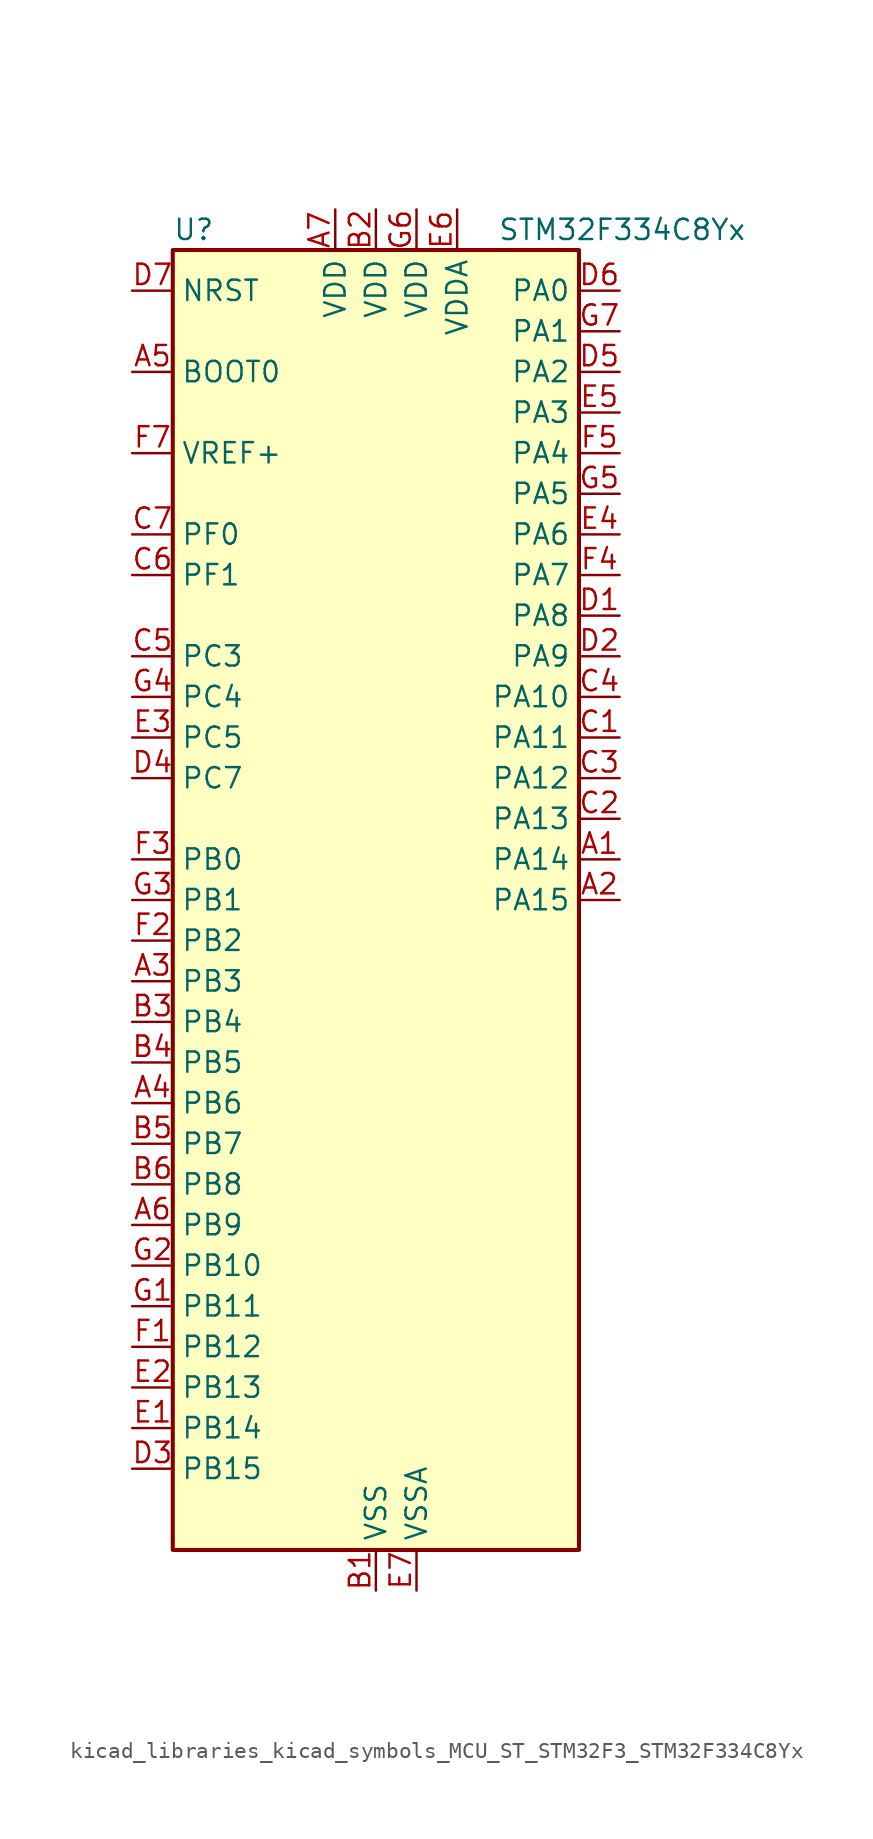
<source format=kicad_sym>
(kicad_symbol_lib
  (version 20220914)
  (generator kicad_symbol_editor)
  (symbol "kicad_libraries_kicad_symbols_MCU_ST_STM32F3_STM32F334C8Yx"
    (property "Reference" "U"
      (at -12.7 41.91 0)
      (effects (font (size 1.27 1.27)) (justify left)))
    (property "Value" "STM32F334C8Yx"
      (at 7.62 41.91 0)
      (effects (font (size 1.27 1.27)) (justify left)))
    (property "ki_locked" ""
      (at 0 0 0)
      (effects (font (size 1.27 1.27))))
    (symbol "kicad_libraries_kicad_symbols_MCU_ST_STM32F3_STM32F334C8Yx_0_1"
      (rectangle (start -12.7 -40.64) (end 12.7 40.64) (stroke (width 0.254) (type default)) (fill (type background))))
    (symbol "kicad_libraries_kicad_symbols_MCU_ST_STM32F3_STM32F334C8Yx_1_1"
      (pin bidirectional line (at 15.24 2.54 180) (length 2.54) (name "PA14" (effects (font (size 1.27 1.27)))) (number "A1" (effects (font (size 1.27 1.27)))) (alternate "I2C1_SDA" bidirectional line) (alternate "SYS_JTCK-SWCLK" bidirectional line) (alternate "TIM1_BKIN" bidirectional line) (alternate "TSC_G4_IO4" bidirectional line) (alternate "USART2_TX" bidirectional line))
      (pin bidirectional line (at 15.24 0 180) (length 2.54) (name "PA15" (effects (font (size 1.27 1.27)))) (number "A2" (effects (font (size 1.27 1.27)))) (alternate "ADC1_EXTI15" bidirectional line) (alternate "ADC2_EXTI15" bidirectional line) (alternate "HRTIM1_FLT2" bidirectional line) (alternate "I2C1_SCL" bidirectional line) (alternate "SPI1_NSS" bidirectional line) (alternate "SYS_JTDI" bidirectional line) (alternate "TIM1_BKIN" bidirectional line) (alternate "TIM2_CH1" bidirectional line) (alternate "TIM2_ETR" bidirectional line) (alternate "TSC_SYNC" bidirectional line) (alternate "USART2_RX" bidirectional line))
      (pin bidirectional line (at -15.24 -5.08 0) (length 2.54) (name "PB3" (effects (font (size 1.27 1.27)))) (number "A3" (effects (font (size 1.27 1.27)))) (alternate "HRTIM1_EEV9" bidirectional line) (alternate "HRTIM1_SCOUT" bidirectional line) (alternate "SPI1_SCK" bidirectional line) (alternate "SYS_JTDO-TRACESWO" bidirectional line) (alternate "TIM2_CH2" bidirectional line) (alternate "TIM3_ETR" bidirectional line) (alternate "TSC_G5_IO1" bidirectional line) (alternate "USART2_TX" bidirectional line))
      (pin bidirectional line (at -15.24 -12.7 0) (length 2.54) (name "PB6" (effects (font (size 1.27 1.27)))) (number "A4" (effects (font (size 1.27 1.27)))) (alternate "HRTIM1_EEV4" bidirectional line) (alternate "HRTIM1_SCIN" bidirectional line) (alternate "I2C1_SCL" bidirectional line) (alternate "TIM16_CH1N" bidirectional line) (alternate "TSC_G5_IO3" bidirectional line) (alternate "USART1_TX" bidirectional line))
      (pin input line (at -15.24 33.02 0) (length 2.54) (name "BOOT0" (effects (font (size 1.27 1.27)))) (number "A5" (effects (font (size 1.27 1.27)))))
      (pin bidirectional line (at -15.24 -20.32 0) (length 2.54) (name "PB9" (effects (font (size 1.27 1.27)))) (number "A6" (effects (font (size 1.27 1.27)))) (alternate "CAN_TX" bidirectional line) (alternate "COMP2_OUT" bidirectional line) (alternate "DAC1_EXTI9" bidirectional line) (alternate "DAC2_EXTI9" bidirectional line) (alternate "HRTIM1_EEV5" bidirectional line) (alternate "I2C1_SDA" bidirectional line) (alternate "IR_OUT" bidirectional line) (alternate "TIM17_CH1" bidirectional line) (alternate "USART3_TX" bidirectional line))
      (pin power_in line (at -2.54 43.18 270) (length 2.54) (name "VDD" (effects (font (size 1.27 1.27)))) (number "A7" (effects (font (size 1.27 1.27)))))
      (pin power_in line (at 0 -43.18 90) (length 2.54) (name "VSS" (effects (font (size 1.27 1.27)))) (number "B1" (effects (font (size 1.27 1.27)))))
      (pin power_in line (at 0 43.18 270) (length 2.54) (name "VDD" (effects (font (size 1.27 1.27)))) (number "B2" (effects (font (size 1.27 1.27)))))
      (pin bidirectional line (at -15.24 -7.62 0) (length 2.54) (name "PB4" (effects (font (size 1.27 1.27)))) (number "B3" (effects (font (size 1.27 1.27)))) (alternate "HRTIM1_EEV7" bidirectional line) (alternate "SPI1_MISO" bidirectional line) (alternate "SYS_NJTRST" bidirectional line) (alternate "TIM16_CH1" bidirectional line) (alternate "TIM17_BKIN" bidirectional line) (alternate "TIM3_CH1" bidirectional line) (alternate "TSC_G5_IO2" bidirectional line) (alternate "USART2_RX" bidirectional line))
      (pin bidirectional line (at -15.24 -10.16 0) (length 2.54) (name "PB5" (effects (font (size 1.27 1.27)))) (number "B4" (effects (font (size 1.27 1.27)))) (alternate "HRTIM1_EEV6" bidirectional line) (alternate "I2C1_SMBA" bidirectional line) (alternate "SPI1_MOSI" bidirectional line) (alternate "TIM16_BKIN" bidirectional line) (alternate "TIM17_CH1" bidirectional line) (alternate "TIM3_CH2" bidirectional line) (alternate "USART2_CK" bidirectional line))
      (pin bidirectional line (at -15.24 -15.24 0) (length 2.54) (name "PB7" (effects (font (size 1.27 1.27)))) (number "B5" (effects (font (size 1.27 1.27)))) (alternate "HRTIM1_EEV3" bidirectional line) (alternate "I2C1_SDA" bidirectional line) (alternate "TIM17_CH1N" bidirectional line) (alternate "TIM3_CH4" bidirectional line) (alternate "TSC_G5_IO4" bidirectional line) (alternate "USART1_RX" bidirectional line))
      (pin bidirectional line (at -15.24 -17.78 0) (length 2.54) (name "PB8" (effects (font (size 1.27 1.27)))) (number "B6" (effects (font (size 1.27 1.27)))) (alternate "CAN_RX" bidirectional line) (alternate "HRTIM1_EEV8" bidirectional line) (alternate "I2C1_SCL" bidirectional line) (alternate "TIM16_CH1" bidirectional line) (alternate "TIM1_BKIN" bidirectional line) (alternate "TSC_SYNC" bidirectional line) (alternate "USART3_RX" bidirectional line))
      (pin passive line (at 0 -43.18 90) (length 2.54) hide (name "VSS" (effects (font (size 1.27 1.27)))) (number "B7" (effects (font (size 1.27 1.27)))))
      (pin bidirectional line (at 15.24 10.16 180) (length 2.54) (name "PA11" (effects (font (size 1.27 1.27)))) (number "C1" (effects (font (size 1.27 1.27)))) (alternate "ADC1_EXTI11" bidirectional line) (alternate "ADC2_EXTI11" bidirectional line) (alternate "CAN_RX" bidirectional line) (alternate "HRTIM1_CHB2" bidirectional line) (alternate "TIM1_BKIN2" bidirectional line) (alternate "TIM1_CH1N" bidirectional line) (alternate "TIM1_CH4" bidirectional line) (alternate "USART1_CTS" bidirectional line))
      (pin bidirectional line (at 15.24 5.08 180) (length 2.54) (name "PA13" (effects (font (size 1.27 1.27)))) (number "C2" (effects (font (size 1.27 1.27)))) (alternate "IR_OUT" bidirectional line) (alternate "SYS_JTMS-SWDIO" bidirectional line) (alternate "TIM16_CH1N" bidirectional line) (alternate "TSC_G4_IO3" bidirectional line) (alternate "USART3_CTS" bidirectional line))
      (pin bidirectional line (at 15.24 7.62 180) (length 2.54) (name "PA12" (effects (font (size 1.27 1.27)))) (number "C3" (effects (font (size 1.27 1.27)))) (alternate "CAN_TX" bidirectional line) (alternate "COMP2_OUT" bidirectional line) (alternate "HRTIM1_FLT1" bidirectional line) (alternate "TIM16_CH1" bidirectional line) (alternate "TIM1_CH2N" bidirectional line) (alternate "TIM1_ETR" bidirectional line) (alternate "USART1_DE" bidirectional line) (alternate "USART1_RTS" bidirectional line))
      (pin bidirectional line (at 15.24 12.7 180) (length 2.54) (name "PA10" (effects (font (size 1.27 1.27)))) (number "C4" (effects (font (size 1.27 1.27)))) (alternate "COMP6_OUT" bidirectional line) (alternate "HRTIM1_CHB1" bidirectional line) (alternate "TIM17_BKIN" bidirectional line) (alternate "TIM1_CH3" bidirectional line) (alternate "TIM2_CH4" bidirectional line) (alternate "TSC_G4_IO2" bidirectional line) (alternate "USART1_RX" bidirectional line))
      (pin bidirectional line (at -15.24 15.24 0) (length 2.54) (name "PC3" (effects (font (size 1.27 1.27)))) (number "C5" (effects (font (size 1.27 1.27)))) (alternate "ADC1_IN9" bidirectional line) (alternate "ADC2_IN9" bidirectional line) (alternate "TIM1_BKIN2" bidirectional line) (alternate "TIM1_CH4" bidirectional line))
      (pin bidirectional line (at -15.24 20.32 0) (length 2.54) (name "PF1" (effects (font (size 1.27 1.27)))) (number "C6" (effects (font (size 1.27 1.27)))) (alternate "RCC_OSC_OUT" bidirectional line))
      (pin bidirectional line (at -15.24 22.86 0) (length 2.54) (name "PF0" (effects (font (size 1.27 1.27)))) (number "C7" (effects (font (size 1.27 1.27)))) (alternate "RCC_OSC_IN" bidirectional line) (alternate "TIM1_CH3N" bidirectional line))
      (pin bidirectional line (at 15.24 17.78 180) (length 2.54) (name "PA8" (effects (font (size 1.27 1.27)))) (number "D1" (effects (font (size 1.27 1.27)))) (alternate "HRTIM1_CHA1" bidirectional line) (alternate "RCC_MCO" bidirectional line) (alternate "TIM1_CH1" bidirectional line) (alternate "USART1_CK" bidirectional line))
      (pin bidirectional line (at 15.24 15.24 180) (length 2.54) (name "PA9" (effects (font (size 1.27 1.27)))) (number "D2" (effects (font (size 1.27 1.27)))) (alternate "DAC1_EXTI9" bidirectional line) (alternate "DAC2_EXTI9" bidirectional line) (alternate "HRTIM1_CHA2" bidirectional line) (alternate "TIM15_BKIN" bidirectional line) (alternate "TIM1_CH2" bidirectional line) (alternate "TIM2_CH3" bidirectional line) (alternate "TSC_G4_IO1" bidirectional line) (alternate "USART1_TX" bidirectional line))
      (pin bidirectional line (at -15.24 -35.56 0) (length 2.54) (name "PB15" (effects (font (size 1.27 1.27)))) (number "D3" (effects (font (size 1.27 1.27)))) (alternate "ADC1_EXTI15" bidirectional line) (alternate "ADC2_EXTI15" bidirectional line) (alternate "ADC2_IN15" bidirectional line) (alternate "COMP6_INM" bidirectional line) (alternate "HRTIM1_CHD2" bidirectional line) (alternate "RTC_REFIN" bidirectional line) (alternate "TIM15_CH1N" bidirectional line) (alternate "TIM15_CH2" bidirectional line) (alternate "TIM1_CH3N" bidirectional line))
      (pin bidirectional line (at -15.24 7.62 0) (length 2.54) (name "PC7" (effects (font (size 1.27 1.27)))) (number "D4" (effects (font (size 1.27 1.27)))) (alternate "HRTIM1_FLT5" bidirectional line) (alternate "TIM3_CH2" bidirectional line))
      (pin bidirectional line (at 15.24 33.02 180) (length 2.54) (name "PA2" (effects (font (size 1.27 1.27)))) (number "D5" (effects (font (size 1.27 1.27)))) (alternate "ADC1_IN3" bidirectional line) (alternate "COMP2_INM" bidirectional line) (alternate "COMP2_OUT" bidirectional line) (alternate "TIM15_CH1" bidirectional line) (alternate "TIM2_CH3" bidirectional line) (alternate "TSC_G1_IO3" bidirectional line) (alternate "USART2_TX" bidirectional line))
      (pin bidirectional line (at 15.24 38.1 180) (length 2.54) (name "PA0" (effects (font (size 1.27 1.27)))) (number "D6" (effects (font (size 1.27 1.27)))) (alternate "ADC1_IN1" bidirectional line) (alternate "RTC_TAMP2" bidirectional line) (alternate "SYS_WKUP1" bidirectional line) (alternate "TIM2_CH1" bidirectional line) (alternate "TIM2_ETR" bidirectional line) (alternate "TSC_G1_IO1" bidirectional line) (alternate "USART2_CTS" bidirectional line))
      (pin input line (at -15.24 38.1 0) (length 2.54) (name "NRST" (effects (font (size 1.27 1.27)))) (number "D7" (effects (font (size 1.27 1.27)))))
      (pin bidirectional line (at -15.24 -33.02 0) (length 2.54) (name "PB14" (effects (font (size 1.27 1.27)))) (number "E1" (effects (font (size 1.27 1.27)))) (alternate "ADC2_IN14" bidirectional line) (alternate "HRTIM1_CHD1" bidirectional line) (alternate "OPAMP2_VINP" bidirectional line) (alternate "OPAMP2_VINP_SEC" bidirectional line) (alternate "TIM15_CH1" bidirectional line) (alternate "TIM1_CH2N" bidirectional line) (alternate "TSC_G6_IO4" bidirectional line) (alternate "USART3_DE" bidirectional line) (alternate "USART3_RTS" bidirectional line))
      (pin bidirectional line (at -15.24 -30.48 0) (length 2.54) (name "PB13" (effects (font (size 1.27 1.27)))) (number "E2" (effects (font (size 1.27 1.27)))) (alternate "ADC1_IN13" bidirectional line) (alternate "HRTIM1_CHC2" bidirectional line) (alternate "TIM1_CH1N" bidirectional line) (alternate "TSC_G6_IO3" bidirectional line) (alternate "USART3_CTS" bidirectional line))
      (pin bidirectional line (at -15.24 10.16 0) (length 2.54) (name "PC5" (effects (font (size 1.27 1.27)))) (number "E3" (effects (font (size 1.27 1.27)))) (alternate "ADC2_IN11" bidirectional line) (alternate "OPAMP2_VINM" bidirectional line) (alternate "OPAMP2_VINM_SEC" bidirectional line) (alternate "TIM15_BKIN" bidirectional line) (alternate "TSC_G3_IO1" bidirectional line) (alternate "USART1_RX" bidirectional line))
      (pin bidirectional line (at 15.24 22.86 180) (length 2.54) (name "PA6" (effects (font (size 1.27 1.27)))) (number "E4" (effects (font (size 1.27 1.27)))) (alternate "ADC2_IN3" bidirectional line) (alternate "DAC2_OUT1" bidirectional line) (alternate "OPAMP2_DIG" bidirectional line) (alternate "OPAMP2_VOUT" bidirectional line) (alternate "SPI1_MISO" bidirectional line) (alternate "TIM16_CH1" bidirectional line) (alternate "TIM1_BKIN" bidirectional line) (alternate "TIM3_CH1" bidirectional line) (alternate "TSC_G2_IO3" bidirectional line))
      (pin bidirectional line (at 15.24 30.48 180) (length 2.54) (name "PA3" (effects (font (size 1.27 1.27)))) (number "E5" (effects (font (size 1.27 1.27)))) (alternate "ADC1_IN4" bidirectional line) (alternate "TIM15_CH2" bidirectional line) (alternate "TIM2_CH4" bidirectional line) (alternate "TSC_G1_IO4" bidirectional line) (alternate "USART2_RX" bidirectional line))
      (pin power_in line (at 5.08 43.18 270) (length 2.54) (name "VDDA" (effects (font (size 1.27 1.27)))) (number "E6" (effects (font (size 1.27 1.27)))))
      (pin power_in line (at 2.54 -43.18 90) (length 2.54) (name "VSSA" (effects (font (size 1.27 1.27)))) (number "E7" (effects (font (size 1.27 1.27)))))
      (pin bidirectional line (at -15.24 -27.94 0) (length 2.54) (name "PB12" (effects (font (size 1.27 1.27)))) (number "F1" (effects (font (size 1.27 1.27)))) (alternate "ADC2_IN13" bidirectional line) (alternate "HRTIM1_CHC1" bidirectional line) (alternate "TIM1_BKIN" bidirectional line) (alternate "TSC_G6_IO2" bidirectional line) (alternate "USART3_CK" bidirectional line))
      (pin bidirectional line (at -15.24 -2.54 0) (length 2.54) (name "PB2" (effects (font (size 1.27 1.27)))) (number "F2" (effects (font (size 1.27 1.27)))) (alternate "ADC2_IN12" bidirectional line) (alternate "COMP4_INM" bidirectional line) (alternate "HRTIM1_SCIN" bidirectional line) (alternate "TSC_G3_IO4" bidirectional line))
      (pin bidirectional line (at -15.24 2.54 0) (length 2.54) (name "PB0" (effects (font (size 1.27 1.27)))) (number "F3" (effects (font (size 1.27 1.27)))) (alternate "ADC1_IN11" bidirectional line) (alternate "COMP4_INP" bidirectional line) (alternate "OPAMP2_VINP" bidirectional line) (alternate "OPAMP2_VINP_SEC" bidirectional line) (alternate "TIM1_CH2N" bidirectional line) (alternate "TIM3_CH3" bidirectional line) (alternate "TSC_G3_IO2" bidirectional line))
      (pin bidirectional line (at 15.24 20.32 180) (length 2.54) (name "PA7" (effects (font (size 1.27 1.27)))) (number "F4" (effects (font (size 1.27 1.27)))) (alternate "ADC2_IN4" bidirectional line) (alternate "COMP2_INP" bidirectional line) (alternate "OPAMP2_VINP" bidirectional line) (alternate "OPAMP2_VINP_SEC" bidirectional line) (alternate "SPI1_MOSI" bidirectional line) (alternate "TIM17_CH1" bidirectional line) (alternate "TIM1_CH1N" bidirectional line) (alternate "TIM3_CH2" bidirectional line) (alternate "TSC_G2_IO4" bidirectional line))
      (pin bidirectional line (at 15.24 27.94 180) (length 2.54) (name "PA4" (effects (font (size 1.27 1.27)))) (number "F5" (effects (font (size 1.27 1.27)))) (alternate "ADC2_IN1" bidirectional line) (alternate "COMP2_INM" bidirectional line) (alternate "COMP4_INM" bidirectional line) (alternate "COMP6_INM" bidirectional line) (alternate "DAC1_OUT1" bidirectional line) (alternate "SPI1_NSS" bidirectional line) (alternate "TIM3_CH2" bidirectional line) (alternate "TSC_G2_IO1" bidirectional line) (alternate "USART2_CK" bidirectional line))
      (pin passive line (at 0 -43.18 90) (length 2.54) hide (name "VSS" (effects (font (size 1.27 1.27)))) (number "F6" (effects (font (size 1.27 1.27)))))
      (pin input line (at -15.24 27.94 0) (length 2.54) (name "VREF+" (effects (font (size 1.27 1.27)))) (number "F7" (effects (font (size 1.27 1.27)))))
      (pin bidirectional line (at -15.24 -25.4 0) (length 2.54) (name "PB11" (effects (font (size 1.27 1.27)))) (number "G1" (effects (font (size 1.27 1.27)))) (alternate "ADC1_EXTI11" bidirectional line) (alternate "ADC2_EXTI11" bidirectional line) (alternate "COMP6_INP" bidirectional line) (alternate "HRTIM1_FLT4" bidirectional line) (alternate "TIM2_CH4" bidirectional line) (alternate "TSC_G6_IO1" bidirectional line) (alternate "USART3_RX" bidirectional line))
      (pin bidirectional line (at -15.24 -22.86 0) (length 2.54) (name "PB10" (effects (font (size 1.27 1.27)))) (number "G2" (effects (font (size 1.27 1.27)))) (alternate "HRTIM1_FLT3" bidirectional line) (alternate "TIM2_CH3" bidirectional line) (alternate "TSC_SYNC" bidirectional line) (alternate "USART3_TX" bidirectional line))
      (pin bidirectional line (at -15.24 0 0) (length 2.54) (name "PB1" (effects (font (size 1.27 1.27)))) (number "G3" (effects (font (size 1.27 1.27)))) (alternate "ADC1_IN12" bidirectional line) (alternate "COMP4_OUT" bidirectional line) (alternate "HRTIM1_SCOUT" bidirectional line) (alternate "TIM1_CH3N" bidirectional line) (alternate "TIM3_CH4" bidirectional line) (alternate "TSC_G3_IO3" bidirectional line))
      (pin bidirectional line (at -15.24 12.7 0) (length 2.54) (name "PC4" (effects (font (size 1.27 1.27)))) (number "G4" (effects (font (size 1.27 1.27)))) (alternate "ADC2_IN5" bidirectional line) (alternate "TIM1_ETR" bidirectional line) (alternate "USART1_TX" bidirectional line))
      (pin bidirectional line (at 15.24 25.4 180) (length 2.54) (name "PA5" (effects (font (size 1.27 1.27)))) (number "G5" (effects (font (size 1.27 1.27)))) (alternate "ADC2_IN2" bidirectional line) (alternate "DAC1_OUT2" bidirectional line) (alternate "OPAMP2_VINM" bidirectional line) (alternate "OPAMP2_VINM_SEC" bidirectional line) (alternate "SPI1_SCK" bidirectional line) (alternate "TIM2_CH1" bidirectional line) (alternate "TIM2_ETR" bidirectional line) (alternate "TSC_G2_IO2" bidirectional line))
      (pin power_in line (at 2.54 43.18 270) (length 2.54) (name "VDD" (effects (font (size 1.27 1.27)))) (number "G6" (effects (font (size 1.27 1.27)))))
      (pin bidirectional line (at 15.24 35.56 180) (length 2.54) (name "PA1" (effects (font (size 1.27 1.27)))) (number "G7" (effects (font (size 1.27 1.27)))) (alternate "ADC1_IN2" bidirectional line) (alternate "RTC_REFIN" bidirectional line) (alternate "TIM15_CH1N" bidirectional line) (alternate "TIM2_CH2" bidirectional line) (alternate "TSC_G1_IO2" bidirectional line) (alternate "USART2_DE" bidirectional line) (alternate "USART2_RTS" bidirectional line)))))
</source>
